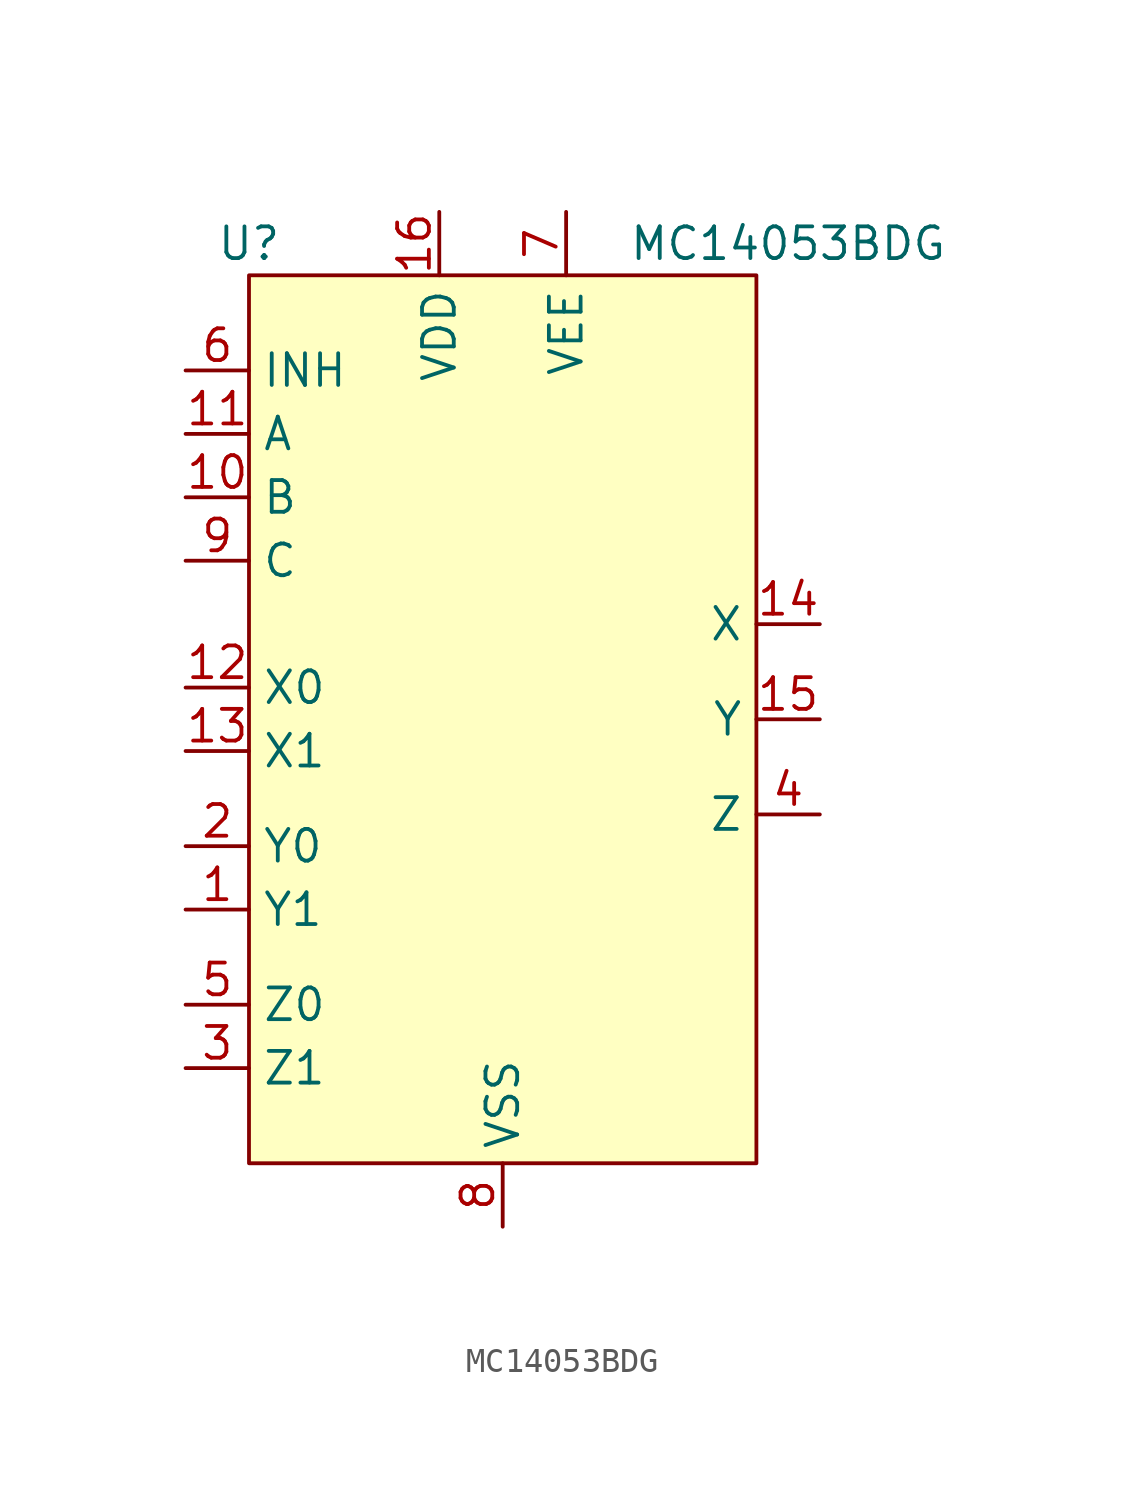
<source format=kicad_sym>
(kicad_symbol_lib
  (version 20211014)
  (generator kicad_symbol_editor)
  (symbol "MC14053BDG"
    (property "Reference" "U"
      (at -10.16 19.05 0)
      (effects (font (size 1.27 1.27))))
    (property "Value" "MC14053BDG"
      (at 11.43 19.05 0)
      (effects (font (size 1.27 1.27))))
    (symbol "MC14053BDG_0_1"
      (rectangle (start -10.16 17.78) (end 10.16 -17.78) (stroke (width 0) (type default) (color 0 0 0 0)) (fill (type background))))
    (symbol "MC14053BDG_1_1"
      (pin input line (at -12.7 -7.62 0) (length 2.54) (name "Y1" (effects (font (size 1.27 1.27)))) (number "1" (effects (font (size 1.27 1.27)))))
      (pin input line (at -12.7 8.89 0) (length 2.54) (name "B" (effects (font (size 1.27 1.27)))) (number "10" (effects (font (size 1.27 1.27)))))
      (pin input line (at -12.7 11.43 0) (length 2.54) (name "A" (effects (font (size 1.27 1.27)))) (number "11" (effects (font (size 1.27 1.27)))))
      (pin input line (at -12.7 1.27 0) (length 2.54) (name "X0" (effects (font (size 1.27 1.27)))) (number "12" (effects (font (size 1.27 1.27)))))
      (pin input line (at -12.7 -1.27 0) (length 2.54) (name "X1" (effects (font (size 1.27 1.27)))) (number "13" (effects (font (size 1.27 1.27)))))
      (pin output line (at 12.7 3.81 180) (length 2.54) (name "X" (effects (font (size 1.27 1.27)))) (number "14" (effects (font (size 1.27 1.27)))))
      (pin output line (at 12.7 0 180) (length 2.54) (name "Y" (effects (font (size 1.27 1.27)))) (number "15" (effects (font (size 1.27 1.27)))))
      (pin power_in line (at -2.54 20.32 270) (length 2.54) (name "VDD" (effects (font (size 1.27 1.27)))) (number "16" (effects (font (size 1.27 1.27)))))
      (pin input line (at -12.7 -5.08 0) (length 2.54) (name "Y0" (effects (font (size 1.27 1.27)))) (number "2" (effects (font (size 1.27 1.27)))))
      (pin input line (at -12.7 -13.97 0) (length 2.54) (name "Z1" (effects (font (size 1.27 1.27)))) (number "3" (effects (font (size 1.27 1.27)))))
      (pin output line (at 12.7 -3.81 180) (length 2.54) (name "Z" (effects (font (size 1.27 1.27)))) (number "4" (effects (font (size 1.27 1.27)))))
      (pin input line (at -12.7 -11.43 0) (length 2.54) (name "Z0" (effects (font (size 1.27 1.27)))) (number "5" (effects (font (size 1.27 1.27)))))
      (pin input line (at -12.7 13.97 0) (length 2.54) (name "INH" (effects (font (size 1.27 1.27)))) (number "6" (effects (font (size 1.27 1.27)))))
      (pin power_in line (at 2.54 20.32 270) (length 2.54) (name "VEE" (effects (font (size 1.27 1.27)))) (number "7" (effects (font (size 1.27 1.27)))))
      (pin power_out line (at 0 -20.32 90) (length 2.54) (name "VSS" (effects (font (size 1.27 1.27)))) (number "8" (effects (font (size 1.27 1.27)))))
      (pin input line (at -12.7 6.35 0) (length 2.54) (name "C" (effects (font (size 1.27 1.27)))) (number "9" (effects (font (size 1.27 1.27))))))))
</source>
